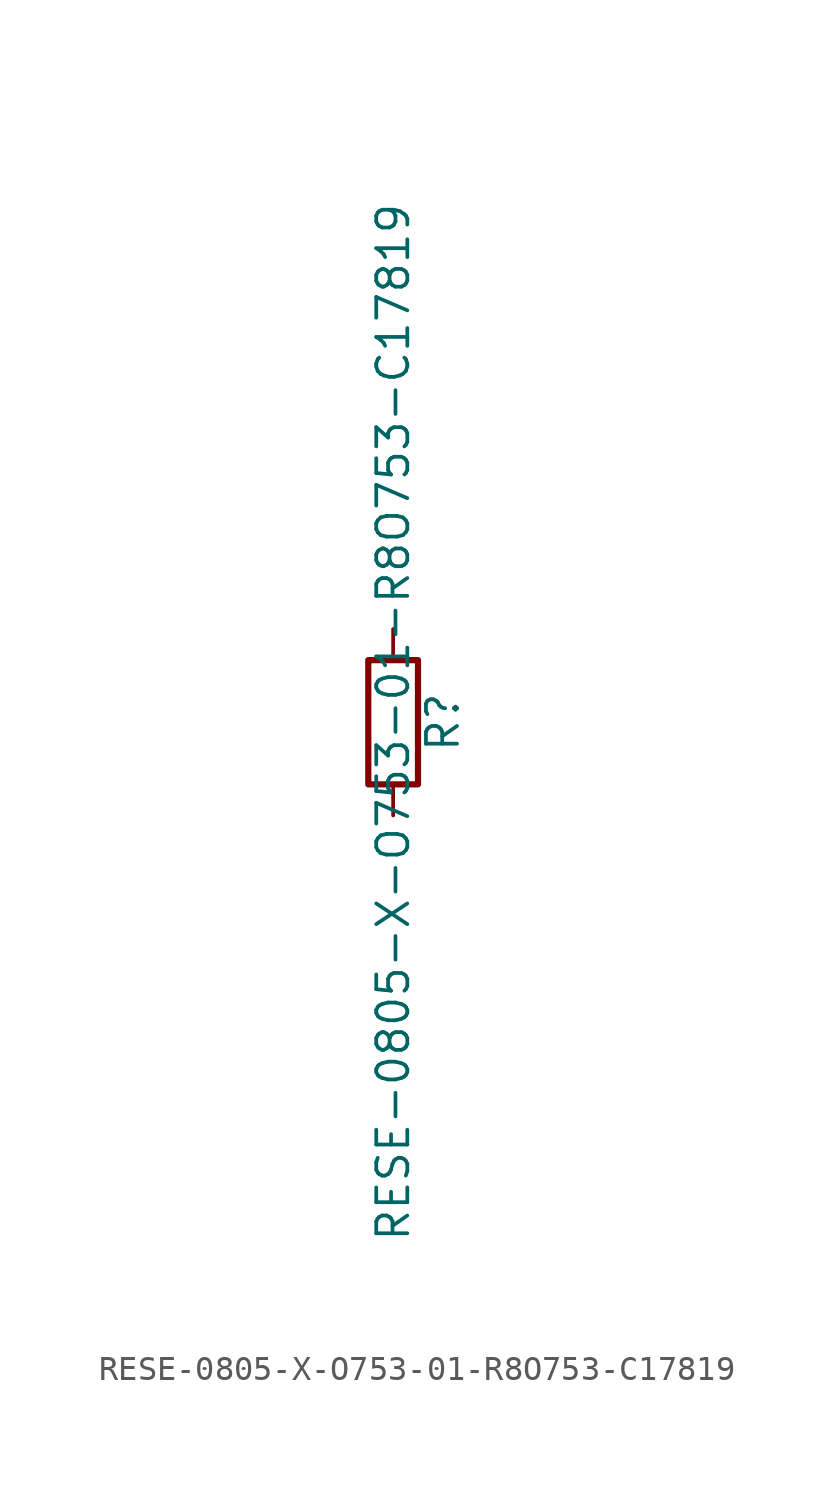
<source format=kicad_sym>
(kicad_symbol_lib
  (version 20211014)
  (generator kicad_symbol_editor)
  (symbol "RESE-0805-X-O753-01-R8O753-C17819"
    (pin_numbers hide)
    (pin_names
      (offset 0))
    (property "Reference" "R"
      (at 2.032 0 90)
      (effects (font (size 1.27 1.27))))
    (property "Value" "RESE-0805-X-O753-01-R8O753-C17819"
      (at 0 0 90)
      (effects (font (size 1.27 1.27))))
    (symbol "RESE-0805-X-O753-01-R8O753-C17819_0_1"
      (rectangle (start -1.016 -2.54) (end 1.016 2.54) (stroke (width 0.254) (type default) (color 0 0 0 0)) (fill (type none))))
    (symbol "RESE-0805-X-O753-01-R8O753-C17819_1_1"
      (pin passive line (at 0 3.81 270) (length 1.27) (name "~" (effects (font (size 1.27 1.27)))) (number "1" (effects (font (size 1.27 1.27)))))
      (pin passive line (at 0 -3.81 90) (length 1.27) (name "~" (effects (font (size 1.27 1.27)))) (number "2" (effects (font (size 1.27 1.27))))))))
</source>
